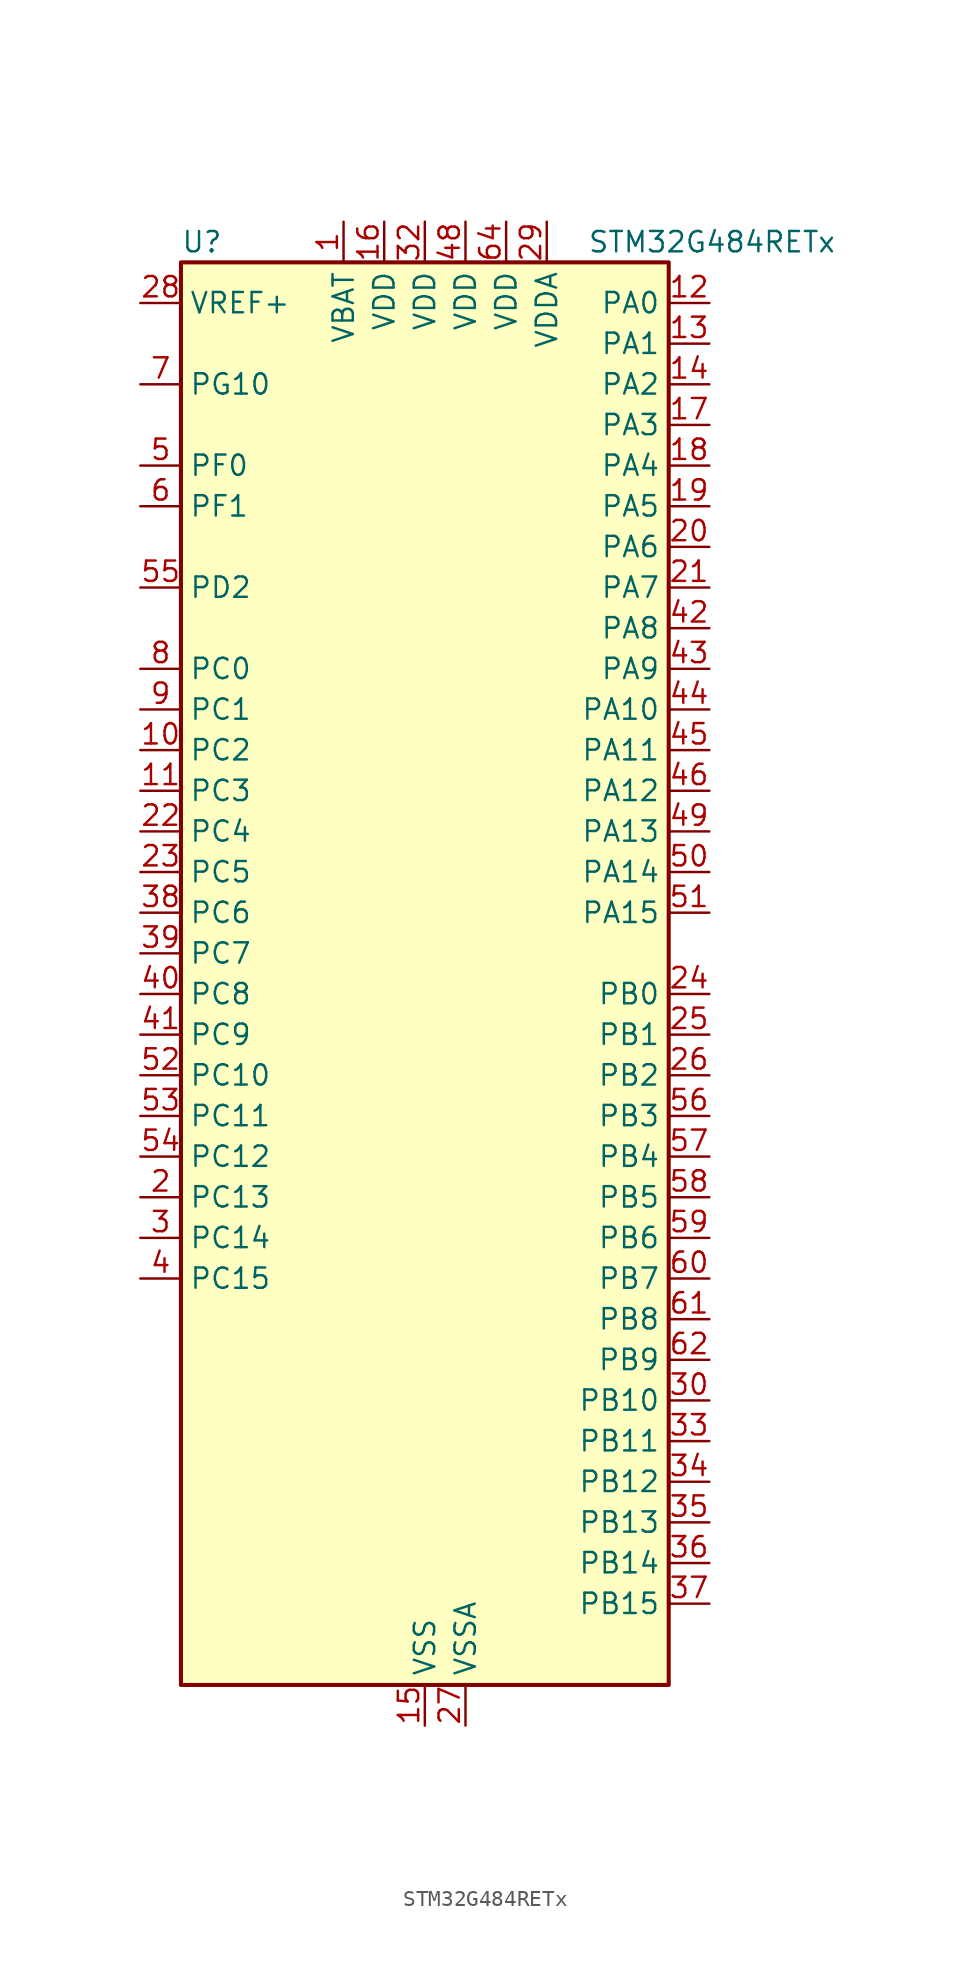
<source format=kicad_sym>
(kicad_symbol_lib
  (version 20220914)
  (generator kicad_symbol_editor)
  (symbol "STM32G484RETx"
    (property "Reference" "U"
      (at -15.24 46.99 0)
      (effects (font (size 1.27 1.27)) (justify left)))
    (property "Value" "STM32G484RETx"
      (at 10.16 46.99 0)
      (effects (font (size 1.27 1.27)) (justify left)))
    (property "ki_locked" ""
      (at 0 0 0)
      (effects (font (size 1.27 1.27))))
    (symbol "STM32G484RETx_0_1"
      (rectangle (start -15.24 -43.18) (end 15.24 45.72) (stroke (width 0.254) (type default)) (fill (type background))))
    (symbol "STM32G484RETx_1_1"
      (pin power_in line (at -5.08 48.26 270) (length 2.54) (name "VBAT" (effects (font (size 1.27 1.27)))) (number "1" (effects (font (size 1.27 1.27)))))
      (pin bidirectional line (at -17.78 15.24 0) (length 2.54) (name "PC2" (effects (font (size 1.27 1.27)))) (number "10" (effects (font (size 1.27 1.27)))) (alternate "ADC1_IN8" bidirectional line) (alternate "ADC2_IN8" bidirectional line) (alternate "ADC3_EXTI2" bidirectional line) (alternate "ADC4_EXTI2" bidirectional line) (alternate "ADC5_EXTI2" bidirectional line) (alternate "COMP3_OUT" bidirectional line) (alternate "LPTIM1_IN2" bidirectional line) (alternate "QUADSPI1_BK2_IO1" bidirectional line) (alternate "TIM1_CH3" bidirectional line) (alternate "TIM20_CH2" bidirectional line))
      (pin bidirectional line (at -17.78 12.7 0) (length 2.54) (name "PC3" (effects (font (size 1.27 1.27)))) (number "11" (effects (font (size 1.27 1.27)))) (alternate "ADC1_IN9" bidirectional line) (alternate "ADC2_IN9" bidirectional line) (alternate "ADC3_EXTI3" bidirectional line) (alternate "ADC4_EXTI3" bidirectional line) (alternate "ADC5_EXTI3" bidirectional line) (alternate "LPTIM1_ETR" bidirectional line) (alternate "OPAMP5_VINP" bidirectional line) (alternate "OPAMP5_VINP_SEC" bidirectional line) (alternate "QUADSPI1_BK2_IO2" bidirectional line) (alternate "SAI1_D1" bidirectional line) (alternate "SAI1_SD_A" bidirectional line) (alternate "TIM1_BKIN2" bidirectional line) (alternate "TIM1_CH4" bidirectional line))
      (pin bidirectional line (at 17.78 43.18 180) (length 2.54) (name "PA0" (effects (font (size 1.27 1.27)))) (number "12" (effects (font (size 1.27 1.27)))) (alternate "ADC1_IN1" bidirectional line) (alternate "ADC2_IN1" bidirectional line) (alternate "COMP1_INM" bidirectional line) (alternate "COMP1_OUT" bidirectional line) (alternate "COMP3_INP" bidirectional line) (alternate "RTC_TAMP2" bidirectional line) (alternate "SYS_WKUP1" bidirectional line) (alternate "TIM2_CH1" bidirectional line) (alternate "TIM2_ETR" bidirectional line) (alternate "TIM5_CH1" bidirectional line) (alternate "TIM8_BKIN" bidirectional line) (alternate "TIM8_ETR" bidirectional line) (alternate "USART2_CTS" bidirectional line) (alternate "USART2_NSS" bidirectional line))
      (pin bidirectional line (at 17.78 40.64 180) (length 2.54) (name "PA1" (effects (font (size 1.27 1.27)))) (number "13" (effects (font (size 1.27 1.27)))) (alternate "ADC1_IN2" bidirectional line) (alternate "ADC2_IN2" bidirectional line) (alternate "COMP1_INP" bidirectional line) (alternate "OPAMP1_VINP" bidirectional line) (alternate "OPAMP1_VINP_SEC" bidirectional line) (alternate "OPAMP3_VINP" bidirectional line) (alternate "OPAMP3_VINP_SEC" bidirectional line) (alternate "OPAMP6_VINM" bidirectional line) (alternate "OPAMP6_VINM0" bidirectional line) (alternate "OPAMP6_VINM_SEC" bidirectional line) (alternate "RTC_REFIN" bidirectional line) (alternate "TIM15_CH1N" bidirectional line) (alternate "TIM2_CH2" bidirectional line) (alternate "TIM5_CH2" bidirectional line) (alternate "USART2_DE" bidirectional line) (alternate "USART2_RTS" bidirectional line))
      (pin bidirectional line (at 17.78 38.1 180) (length 2.54) (name "PA2" (effects (font (size 1.27 1.27)))) (number "14" (effects (font (size 1.27 1.27)))) (alternate "ADC1_IN3" bidirectional line) (alternate "ADC3_EXTI2" bidirectional line) (alternate "ADC4_EXTI2" bidirectional line) (alternate "ADC5_EXTI2" bidirectional line) (alternate "COMP2_INM" bidirectional line) (alternate "COMP2_OUT" bidirectional line) (alternate "LPUART1_TX" bidirectional line) (alternate "OPAMP1_VOUT" bidirectional line) (alternate "QUADSPI1_BK1_NCS" bidirectional line) (alternate "RCC_LSCO" bidirectional line) (alternate "SYS_WKUP4" bidirectional line) (alternate "TIM15_CH1" bidirectional line) (alternate "TIM2_CH3" bidirectional line) (alternate "TIM5_CH3" bidirectional line) (alternate "UCPD1_FRSTX1" bidirectional line) (alternate "UCPD1_FRSTX2" bidirectional line) (alternate "USART2_TX" bidirectional line))
      (pin power_in line (at 0 -45.72 90) (length 2.54) (name "VSS" (effects (font (size 1.27 1.27)))) (number "15" (effects (font (size 1.27 1.27)))))
      (pin power_in line (at -2.54 48.26 270) (length 2.54) (name "VDD" (effects (font (size 1.27 1.27)))) (number "16" (effects (font (size 1.27 1.27)))))
      (pin bidirectional line (at 17.78 35.56 180) (length 2.54) (name "PA3" (effects (font (size 1.27 1.27)))) (number "17" (effects (font (size 1.27 1.27)))) (alternate "ADC1_IN4" bidirectional line) (alternate "ADC3_EXTI3" bidirectional line) (alternate "ADC4_EXTI3" bidirectional line) (alternate "ADC5_EXTI3" bidirectional line) (alternate "COMP2_INP" bidirectional line) (alternate "LPUART1_RX" bidirectional line) (alternate "OPAMP1_VINM" bidirectional line) (alternate "OPAMP1_VINM0" bidirectional line) (alternate "OPAMP1_VINM_SEC" bidirectional line) (alternate "OPAMP1_VINP" bidirectional line) (alternate "OPAMP1_VINP_SEC" bidirectional line) (alternate "OPAMP5_VINM" bidirectional line) (alternate "OPAMP5_VINM1" bidirectional line) (alternate "OPAMP5_VINM_SEC" bidirectional line) (alternate "QUADSPI1_CLK" bidirectional line) (alternate "SAI1_CK1" bidirectional line) (alternate "SAI1_MCLK_A" bidirectional line) (alternate "TIM15_CH2" bidirectional line) (alternate "TIM2_CH4" bidirectional line) (alternate "TIM5_CH4" bidirectional line) (alternate "USART2_RX" bidirectional line))
      (pin bidirectional line (at 17.78 33.02 180) (length 2.54) (name "PA4" (effects (font (size 1.27 1.27)))) (number "18" (effects (font (size 1.27 1.27)))) (alternate "ADC2_IN17" bidirectional line) (alternate "COMP1_INM" bidirectional line) (alternate "DAC1_OUT1" bidirectional line) (alternate "I2S3_WS" bidirectional line) (alternate "SAI1_FS_B" bidirectional line) (alternate "SPI1_NSS" bidirectional line) (alternate "SPI3_NSS" bidirectional line) (alternate "TIM3_CH2" bidirectional line) (alternate "USART2_CK" bidirectional line))
      (pin bidirectional line (at 17.78 30.48 180) (length 2.54) (name "PA5" (effects (font (size 1.27 1.27)))) (number "19" (effects (font (size 1.27 1.27)))) (alternate "ADC2_IN13" bidirectional line) (alternate "COMP2_INM" bidirectional line) (alternate "DAC1_OUT2" bidirectional line) (alternate "OPAMP2_VINM" bidirectional line) (alternate "OPAMP2_VINM0" bidirectional line) (alternate "OPAMP2_VINM_SEC" bidirectional line) (alternate "SPI1_SCK" bidirectional line) (alternate "TIM2_CH1" bidirectional line) (alternate "TIM2_ETR" bidirectional line) (alternate "UCPD1_FRSTX1" bidirectional line) (alternate "UCPD1_FRSTX2" bidirectional line))
      (pin bidirectional line (at -17.78 -12.7 0) (length 2.54) (name "PC13" (effects (font (size 1.27 1.27)))) (number "2" (effects (font (size 1.27 1.27)))) (alternate "RTC_OUT1" bidirectional line) (alternate "RTC_TAMP1" bidirectional line) (alternate "RTC_TS" bidirectional line) (alternate "SYS_WKUP2" bidirectional line) (alternate "TIM1_BKIN" bidirectional line) (alternate "TIM1_CH1N" bidirectional line) (alternate "TIM8_CH4N" bidirectional line))
      (pin bidirectional line (at 17.78 27.94 180) (length 2.54) (name "PA6" (effects (font (size 1.27 1.27)))) (number "20" (effects (font (size 1.27 1.27)))) (alternate "ADC2_IN3" bidirectional line) (alternate "COMP1_OUT" bidirectional line) (alternate "DAC2_OUT1" bidirectional line) (alternate "LPUART1_CTS" bidirectional line) (alternate "OPAMP2_VOUT" bidirectional line) (alternate "QUADSPI1_BK1_IO3" bidirectional line) (alternate "SPI1_MISO" bidirectional line) (alternate "TIM16_CH1" bidirectional line) (alternate "TIM1_BKIN" bidirectional line) (alternate "TIM3_CH1" bidirectional line) (alternate "TIM8_BKIN" bidirectional line))
      (pin bidirectional line (at 17.78 25.4 180) (length 2.54) (name "PA7" (effects (font (size 1.27 1.27)))) (number "21" (effects (font (size 1.27 1.27)))) (alternate "ADC2_IN4" bidirectional line) (alternate "COMP2_INP" bidirectional line) (alternate "COMP2_OUT" bidirectional line) (alternate "OPAMP1_VINP" bidirectional line) (alternate "OPAMP1_VINP_SEC" bidirectional line) (alternate "OPAMP2_VINP" bidirectional line) (alternate "OPAMP2_VINP_SEC" bidirectional line) (alternate "QUADSPI1_BK1_IO2" bidirectional line) (alternate "SPI1_MOSI" bidirectional line) (alternate "TIM17_CH1" bidirectional line) (alternate "TIM1_CH1N" bidirectional line) (alternate "TIM3_CH2" bidirectional line) (alternate "TIM8_CH1N" bidirectional line) (alternate "UCPD1_FRSTX1" bidirectional line) (alternate "UCPD1_FRSTX2" bidirectional line))
      (pin bidirectional line (at -17.78 10.16 0) (length 2.54) (name "PC4" (effects (font (size 1.27 1.27)))) (number "22" (effects (font (size 1.27 1.27)))) (alternate "ADC2_IN5" bidirectional line) (alternate "I2C2_SCL" bidirectional line) (alternate "QUADSPI1_BK2_IO3" bidirectional line) (alternate "TIM1_ETR" bidirectional line) (alternate "USART1_TX" bidirectional line))
      (pin bidirectional line (at -17.78 7.62 0) (length 2.54) (name "PC5" (effects (font (size 1.27 1.27)))) (number "23" (effects (font (size 1.27 1.27)))) (alternate "ADC2_IN11" bidirectional line) (alternate "HRTIM1_EEV10" bidirectional line) (alternate "OPAMP1_VINM" bidirectional line) (alternate "OPAMP1_VINM1" bidirectional line) (alternate "OPAMP1_VINM_SEC" bidirectional line) (alternate "OPAMP2_VINM" bidirectional line) (alternate "OPAMP2_VINM1" bidirectional line) (alternate "OPAMP2_VINM_SEC" bidirectional line) (alternate "SAI1_D3" bidirectional line) (alternate "SYS_WKUP5" bidirectional line) (alternate "TIM15_BKIN" bidirectional line) (alternate "TIM1_CH4N" bidirectional line) (alternate "USART1_RX" bidirectional line))
      (pin bidirectional line (at 17.78 0 180) (length 2.54) (name "PB0" (effects (font (size 1.27 1.27)))) (number "24" (effects (font (size 1.27 1.27)))) (alternate "ADC1_IN15" bidirectional line) (alternate "ADC3_IN12" bidirectional line) (alternate "COMP4_INP" bidirectional line) (alternate "HRTIM1_FLT5" bidirectional line) (alternate "OPAMP2_VINP" bidirectional line) (alternate "OPAMP2_VINP_SEC" bidirectional line) (alternate "OPAMP3_VINP" bidirectional line) (alternate "OPAMP3_VINP_SEC" bidirectional line) (alternate "QUADSPI1_BK1_IO1" bidirectional line) (alternate "TIM1_CH2N" bidirectional line) (alternate "TIM3_CH3" bidirectional line) (alternate "TIM8_CH2N" bidirectional line) (alternate "UCPD1_FRSTX1" bidirectional line) (alternate "UCPD1_FRSTX2" bidirectional line))
      (pin bidirectional line (at 17.78 -2.54 180) (length 2.54) (name "PB1" (effects (font (size 1.27 1.27)))) (number "25" (effects (font (size 1.27 1.27)))) (alternate "ADC1_IN12" bidirectional line) (alternate "ADC3_IN1" bidirectional line) (alternate "COMP1_INP" bidirectional line) (alternate "COMP4_OUT" bidirectional line) (alternate "HRTIM1_SCOUT" bidirectional line) (alternate "LPUART1_DE" bidirectional line) (alternate "LPUART1_RTS" bidirectional line) (alternate "OPAMP3_VOUT" bidirectional line) (alternate "OPAMP6_VINM" bidirectional line) (alternate "OPAMP6_VINM1" bidirectional line) (alternate "OPAMP6_VINM_SEC" bidirectional line) (alternate "QUADSPI1_BK1_IO0" bidirectional line) (alternate "TIM1_CH3N" bidirectional line) (alternate "TIM3_CH4" bidirectional line) (alternate "TIM8_CH3N" bidirectional line))
      (pin bidirectional line (at 17.78 -5.08 180) (length 2.54) (name "PB2" (effects (font (size 1.27 1.27)))) (number "26" (effects (font (size 1.27 1.27)))) (alternate "ADC2_IN12" bidirectional line) (alternate "ADC3_EXTI2" bidirectional line) (alternate "ADC4_EXTI2" bidirectional line) (alternate "ADC5_EXTI2" bidirectional line) (alternate "COMP4_INM" bidirectional line) (alternate "HRTIM1_SCIN" bidirectional line) (alternate "I2C3_SMBA" bidirectional line) (alternate "LPTIM1_OUT" bidirectional line) (alternate "OPAMP3_VINM" bidirectional line) (alternate "OPAMP3_VINM0" bidirectional line) (alternate "OPAMP3_VINM_SEC" bidirectional line) (alternate "QUADSPI1_BK2_IO1" bidirectional line) (alternate "RTC_OUT2" bidirectional line) (alternate "TIM20_CH1" bidirectional line) (alternate "TIM5_CH1" bidirectional line))
      (pin power_in line (at 2.54 -45.72 90) (length 2.54) (name "VSSA" (effects (font (size 1.27 1.27)))) (number "27" (effects (font (size 1.27 1.27)))))
      (pin input line (at -17.78 43.18 0) (length 2.54) (name "VREF+" (effects (font (size 1.27 1.27)))) (number "28" (effects (font (size 1.27 1.27)))) (alternate "VREFBUF_OUT" bidirectional line))
      (pin power_in line (at 7.62 48.26 270) (length 2.54) (name "VDDA" (effects (font (size 1.27 1.27)))) (number "29" (effects (font (size 1.27 1.27)))))
      (pin bidirectional line (at -17.78 -15.24 0) (length 2.54) (name "PC14" (effects (font (size 1.27 1.27)))) (number "3" (effects (font (size 1.27 1.27)))) (alternate "RCC_OSC32_IN" bidirectional line))
      (pin bidirectional line (at 17.78 -25.4 180) (length 2.54) (name "PB10" (effects (font (size 1.27 1.27)))) (number "30" (effects (font (size 1.27 1.27)))) (alternate "COMP5_INM" bidirectional line) (alternate "DAC1_EXTI10" bidirectional line) (alternate "DAC2_EXTI10" bidirectional line) (alternate "DAC3_EXTI10" bidirectional line) (alternate "DAC4_EXTI10" bidirectional line) (alternate "HRTIM1_FLT3" bidirectional line) (alternate "LPUART1_RX" bidirectional line) (alternate "OPAMP3_VINM" bidirectional line) (alternate "OPAMP3_VINM1" bidirectional line) (alternate "OPAMP3_VINM_SEC" bidirectional line) (alternate "OPAMP4_VINM" bidirectional line) (alternate "OPAMP4_VINM0" bidirectional line) (alternate "OPAMP4_VINM_SEC" bidirectional line) (alternate "QUADSPI1_CLK" bidirectional line) (alternate "SAI1_SCK_A" bidirectional line) (alternate "TIM1_BKIN" bidirectional line) (alternate "TIM2_CH3" bidirectional line) (alternate "USART3_TX" bidirectional line))
      (pin passive line (at 0 -45.72 90) (length 2.54) hide (name "VSS" (effects (font (size 1.27 1.27)))) (number "31" (effects (font (size 1.27 1.27)))))
      (pin power_in line (at 0 48.26 270) (length 2.54) (name "VDD" (effects (font (size 1.27 1.27)))) (number "32" (effects (font (size 1.27 1.27)))))
      (pin bidirectional line (at 17.78 -27.94 180) (length 2.54) (name "PB11" (effects (font (size 1.27 1.27)))) (number "33" (effects (font (size 1.27 1.27)))) (alternate "ADC1_EXTI11" bidirectional line) (alternate "ADC1_IN14" bidirectional line) (alternate "ADC2_EXTI11" bidirectional line) (alternate "ADC2_IN14" bidirectional line) (alternate "COMP6_INP" bidirectional line) (alternate "HRTIM1_FLT4" bidirectional line) (alternate "LPUART1_TX" bidirectional line) (alternate "OPAMP4_VINP" bidirectional line) (alternate "OPAMP4_VINP_SEC" bidirectional line) (alternate "OPAMP6_VOUT" bidirectional line) (alternate "QUADSPI1_BK1_NCS" bidirectional line) (alternate "TIM2_CH4" bidirectional line) (alternate "USART3_RX" bidirectional line))
      (pin bidirectional line (at 17.78 -30.48 180) (length 2.54) (name "PB12" (effects (font (size 1.27 1.27)))) (number "34" (effects (font (size 1.27 1.27)))) (alternate "ADC1_IN11" bidirectional line) (alternate "ADC4_IN3" bidirectional line) (alternate "COMP7_INM" bidirectional line) (alternate "FDCAN2_RX" bidirectional line) (alternate "HRTIM1_CHC1" bidirectional line) (alternate "I2C2_SMBA" bidirectional line) (alternate "I2S2_WS" bidirectional line) (alternate "LPUART1_DE" bidirectional line) (alternate "LPUART1_RTS" bidirectional line) (alternate "OPAMP4_VOUT" bidirectional line) (alternate "OPAMP6_VINP" bidirectional line) (alternate "OPAMP6_VINP_SEC" bidirectional line) (alternate "SPI2_NSS" bidirectional line) (alternate "TIM1_BKIN" bidirectional line) (alternate "TIM5_ETR" bidirectional line) (alternate "USART3_CK" bidirectional line))
      (pin bidirectional line (at 17.78 -33.02 180) (length 2.54) (name "PB13" (effects (font (size 1.27 1.27)))) (number "35" (effects (font (size 1.27 1.27)))) (alternate "ADC3_IN5" bidirectional line) (alternate "COMP5_INP" bidirectional line) (alternate "FDCAN2_TX" bidirectional line) (alternate "HRTIM1_CHC2" bidirectional line) (alternate "I2S2_CK" bidirectional line) (alternate "LPUART1_CTS" bidirectional line) (alternate "OPAMP3_VINP" bidirectional line) (alternate "OPAMP3_VINP_SEC" bidirectional line) (alternate "OPAMP4_VINP" bidirectional line) (alternate "OPAMP4_VINP_SEC" bidirectional line) (alternate "OPAMP6_VINP" bidirectional line) (alternate "OPAMP6_VINP_SEC" bidirectional line) (alternate "SPI2_SCK" bidirectional line) (alternate "TIM1_CH1N" bidirectional line) (alternate "USART3_CTS" bidirectional line) (alternate "USART3_NSS" bidirectional line))
      (pin bidirectional line (at 17.78 -35.56 180) (length 2.54) (name "PB14" (effects (font (size 1.27 1.27)))) (number "36" (effects (font (size 1.27 1.27)))) (alternate "ADC1_IN5" bidirectional line) (alternate "ADC4_IN4" bidirectional line) (alternate "COMP4_OUT" bidirectional line) (alternate "COMP7_INP" bidirectional line) (alternate "HRTIM1_CHD1" bidirectional line) (alternate "OPAMP2_VINP" bidirectional line) (alternate "OPAMP2_VINP_SEC" bidirectional line) (alternate "OPAMP5_VINP" bidirectional line) (alternate "OPAMP5_VINP_SEC" bidirectional line) (alternate "SPI2_MISO" bidirectional line) (alternate "TIM15_CH1" bidirectional line) (alternate "TIM1_CH2N" bidirectional line) (alternate "USART3_DE" bidirectional line) (alternate "USART3_RTS" bidirectional line))
      (pin bidirectional line (at 17.78 -38.1 180) (length 2.54) (name "PB15" (effects (font (size 1.27 1.27)))) (number "37" (effects (font (size 1.27 1.27)))) (alternate "ADC1_EXTI15" bidirectional line) (alternate "ADC2_EXTI15" bidirectional line) (alternate "ADC2_IN15" bidirectional line) (alternate "ADC4_IN5" bidirectional line) (alternate "COMP3_OUT" bidirectional line) (alternate "COMP6_INM" bidirectional line) (alternate "HRTIM1_CHD2" bidirectional line) (alternate "I2S2_SD" bidirectional line) (alternate "OPAMP5_VINM" bidirectional line) (alternate "OPAMP5_VINM0" bidirectional line) (alternate "OPAMP5_VINM_SEC" bidirectional line) (alternate "RTC_REFIN" bidirectional line) (alternate "SPI2_MOSI" bidirectional line) (alternate "TIM15_CH1N" bidirectional line) (alternate "TIM15_CH2" bidirectional line) (alternate "TIM1_CH3N" bidirectional line))
      (pin bidirectional line (at -17.78 5.08 0) (length 2.54) (name "PC6" (effects (font (size 1.27 1.27)))) (number "38" (effects (font (size 1.27 1.27)))) (alternate "COMP6_OUT" bidirectional line) (alternate "HRTIM1_CHF1" bidirectional line) (alternate "HRTIM1_EEV10" bidirectional line) (alternate "I2C4_SCL" bidirectional line) (alternate "I2S2_MCK" bidirectional line) (alternate "TIM3_CH1" bidirectional line) (alternate "TIM8_CH1" bidirectional line))
      (pin bidirectional line (at -17.78 2.54 0) (length 2.54) (name "PC7" (effects (font (size 1.27 1.27)))) (number "39" (effects (font (size 1.27 1.27)))) (alternate "COMP5_OUT" bidirectional line) (alternate "HRTIM1_CHF2" bidirectional line) (alternate "HRTIM1_FLT5" bidirectional line) (alternate "I2C4_SDA" bidirectional line) (alternate "I2S3_MCK" bidirectional line) (alternate "TIM3_CH2" bidirectional line) (alternate "TIM8_CH2" bidirectional line))
      (pin bidirectional line (at -17.78 -17.78 0) (length 2.54) (name "PC15" (effects (font (size 1.27 1.27)))) (number "4" (effects (font (size 1.27 1.27)))) (alternate "ADC1_EXTI15" bidirectional line) (alternate "ADC2_EXTI15" bidirectional line) (alternate "RCC_OSC32_OUT" bidirectional line))
      (pin bidirectional line (at -17.78 0 0) (length 2.54) (name "PC8" (effects (font (size 1.27 1.27)))) (number "40" (effects (font (size 1.27 1.27)))) (alternate "COMP7_OUT" bidirectional line) (alternate "HRTIM1_CHE1" bidirectional line) (alternate "I2C3_SCL" bidirectional line) (alternate "TIM20_CH3" bidirectional line) (alternate "TIM3_CH3" bidirectional line) (alternate "TIM8_CH3" bidirectional line))
      (pin bidirectional line (at -17.78 -2.54 0) (length 2.54) (name "PC9" (effects (font (size 1.27 1.27)))) (number "41" (effects (font (size 1.27 1.27)))) (alternate "DAC1_EXTI9" bidirectional line) (alternate "DAC2_EXTI9" bidirectional line) (alternate "DAC3_EXTI9" bidirectional line) (alternate "DAC4_EXTI9" bidirectional line) (alternate "HRTIM1_CHE2" bidirectional line) (alternate "I2C3_SDA" bidirectional line) (alternate "I2S_CKIN" bidirectional line) (alternate "TIM3_CH4" bidirectional line) (alternate "TIM8_BKIN2" bidirectional line) (alternate "TIM8_CH4" bidirectional line))
      (pin bidirectional line (at 17.78 22.86 180) (length 2.54) (name "PA8" (effects (font (size 1.27 1.27)))) (number "42" (effects (font (size 1.27 1.27)))) (alternate "ADC5_IN1" bidirectional line) (alternate "COMP7_OUT" bidirectional line) (alternate "FDCAN3_RX" bidirectional line) (alternate "HRTIM1_CHA1" bidirectional line) (alternate "I2C2_SDA" bidirectional line) (alternate "I2C3_SCL" bidirectional line) (alternate "I2S2_MCK" bidirectional line) (alternate "OPAMP5_VOUT" bidirectional line) (alternate "RCC_MCO" bidirectional line) (alternate "SAI1_CK2" bidirectional line) (alternate "SAI1_SCK_A" bidirectional line) (alternate "TIM1_CH1" bidirectional line) (alternate "TIM4_ETR" bidirectional line) (alternate "USART1_CK" bidirectional line))
      (pin bidirectional line (at 17.78 20.32 180) (length 2.54) (name "PA9" (effects (font (size 1.27 1.27)))) (number "43" (effects (font (size 1.27 1.27)))) (alternate "ADC5_IN2" bidirectional line) (alternate "COMP5_OUT" bidirectional line) (alternate "DAC1_EXTI9" bidirectional line) (alternate "DAC2_EXTI9" bidirectional line) (alternate "DAC3_EXTI9" bidirectional line) (alternate "DAC4_EXTI9" bidirectional line) (alternate "HRTIM1_CHA2" bidirectional line) (alternate "I2C2_SCL" bidirectional line) (alternate "I2C3_SMBA" bidirectional line) (alternate "I2S3_MCK" bidirectional line) (alternate "SAI1_FS_A" bidirectional line) (alternate "TIM15_BKIN" bidirectional line) (alternate "TIM1_CH2" bidirectional line) (alternate "TIM2_CH3" bidirectional line) (alternate "UCPD1_DBCC1" bidirectional line) (alternate "USART1_TX" bidirectional line))
      (pin bidirectional line (at 17.78 17.78 180) (length 2.54) (name "PA10" (effects (font (size 1.27 1.27)))) (number "44" (effects (font (size 1.27 1.27)))) (alternate "COMP6_OUT" bidirectional line) (alternate "CRS_SYNC" bidirectional line) (alternate "DAC1_EXTI10" bidirectional line) (alternate "DAC2_EXTI10" bidirectional line) (alternate "DAC3_EXTI10" bidirectional line) (alternate "DAC4_EXTI10" bidirectional line) (alternate "HRTIM1_CHB1" bidirectional line) (alternate "I2C2_SMBA" bidirectional line) (alternate "SAI1_D1" bidirectional line) (alternate "SAI1_SD_A" bidirectional line) (alternate "SPI2_MISO" bidirectional line) (alternate "TIM17_BKIN" bidirectional line) (alternate "TIM1_CH3" bidirectional line) (alternate "TIM2_CH4" bidirectional line) (alternate "TIM8_BKIN" bidirectional line) (alternate "UCPD1_DBCC2" bidirectional line) (alternate "USART1_RX" bidirectional line))
      (pin bidirectional line (at 17.78 15.24 180) (length 2.54) (name "PA11" (effects (font (size 1.27 1.27)))) (number "45" (effects (font (size 1.27 1.27)))) (alternate "ADC1_EXTI11" bidirectional line) (alternate "ADC2_EXTI11" bidirectional line) (alternate "COMP1_OUT" bidirectional line) (alternate "FDCAN1_RX" bidirectional line) (alternate "HRTIM1_CHB2" bidirectional line) (alternate "I2S2_SD" bidirectional line) (alternate "SPI2_MOSI" bidirectional line) (alternate "TIM1_BKIN2" bidirectional line) (alternate "TIM1_CH1N" bidirectional line) (alternate "TIM1_CH4" bidirectional line) (alternate "TIM4_CH1" bidirectional line) (alternate "USART1_CTS" bidirectional line) (alternate "USART1_NSS" bidirectional line) (alternate "USB_DM" bidirectional line))
      (pin bidirectional line (at 17.78 12.7 180) (length 2.54) (name "PA12" (effects (font (size 1.27 1.27)))) (number "46" (effects (font (size 1.27 1.27)))) (alternate "COMP2_OUT" bidirectional line) (alternate "FDCAN1_TX" bidirectional line) (alternate "HRTIM1_FLT1" bidirectional line) (alternate "I2S_CKIN" bidirectional line) (alternate "TIM16_CH1" bidirectional line) (alternate "TIM1_CH2N" bidirectional line) (alternate "TIM1_ETR" bidirectional line) (alternate "TIM4_CH2" bidirectional line) (alternate "USART1_DE" bidirectional line) (alternate "USART1_RTS" bidirectional line) (alternate "USB_DP" bidirectional line))
      (pin passive line (at 0 -45.72 90) (length 2.54) hide (name "VSS" (effects (font (size 1.27 1.27)))) (number "47" (effects (font (size 1.27 1.27)))))
      (pin power_in line (at 2.54 48.26 270) (length 2.54) (name "VDD" (effects (font (size 1.27 1.27)))) (number "48" (effects (font (size 1.27 1.27)))))
      (pin bidirectional line (at 17.78 10.16 180) (length 2.54) (name "PA13" (effects (font (size 1.27 1.27)))) (number "49" (effects (font (size 1.27 1.27)))) (alternate "I2C1_SCL" bidirectional line) (alternate "I2C4_SCL" bidirectional line) (alternate "IR_OUT" bidirectional line) (alternate "SAI1_SD_B" bidirectional line) (alternate "SYS_JTMS-SWDIO" bidirectional line) (alternate "TIM16_CH1N" bidirectional line) (alternate "TIM4_CH3" bidirectional line) (alternate "USART3_CTS" bidirectional line) (alternate "USART3_NSS" bidirectional line))
      (pin bidirectional line (at -17.78 33.02 0) (length 2.54) (name "PF0" (effects (font (size 1.27 1.27)))) (number "5" (effects (font (size 1.27 1.27)))) (alternate "ADC1_IN10" bidirectional line) (alternate "I2C2_SDA" bidirectional line) (alternate "I2S2_WS" bidirectional line) (alternate "RCC_OSC_IN" bidirectional line) (alternate "SPI2_NSS" bidirectional line) (alternate "TIM1_CH3N" bidirectional line))
      (pin bidirectional line (at 17.78 7.62 180) (length 2.54) (name "PA14" (effects (font (size 1.27 1.27)))) (number "50" (effects (font (size 1.27 1.27)))) (alternate "I2C1_SDA" bidirectional line) (alternate "I2C4_SMBA" bidirectional line) (alternate "LPTIM1_OUT" bidirectional line) (alternate "SAI1_FS_B" bidirectional line) (alternate "SYS_JTCK-SWCLK" bidirectional line) (alternate "TIM1_BKIN" bidirectional line) (alternate "TIM8_CH2" bidirectional line) (alternate "USART2_TX" bidirectional line))
      (pin bidirectional line (at 17.78 5.08 180) (length 2.54) (name "PA15" (effects (font (size 1.27 1.27)))) (number "51" (effects (font (size 1.27 1.27)))) (alternate "ADC1_EXTI15" bidirectional line) (alternate "ADC2_EXTI15" bidirectional line) (alternate "FDCAN3_TX" bidirectional line) (alternate "HRTIM1_FLT2" bidirectional line) (alternate "I2C1_SCL" bidirectional line) (alternate "I2S3_WS" bidirectional line) (alternate "SPI1_NSS" bidirectional line) (alternate "SPI3_NSS" bidirectional line) (alternate "SYS_JTDI" bidirectional line) (alternate "TIM1_BKIN" bidirectional line) (alternate "TIM2_CH1" bidirectional line) (alternate "TIM2_ETR" bidirectional line) (alternate "TIM8_CH1" bidirectional line) (alternate "UART4_DE" bidirectional line) (alternate "UART4_RTS" bidirectional line) (alternate "USART2_RX" bidirectional line))
      (pin bidirectional line (at -17.78 -5.08 0) (length 2.54) (name "PC10" (effects (font (size 1.27 1.27)))) (number "52" (effects (font (size 1.27 1.27)))) (alternate "DAC1_EXTI10" bidirectional line) (alternate "DAC2_EXTI10" bidirectional line) (alternate "DAC3_EXTI10" bidirectional line) (alternate "DAC4_EXTI10" bidirectional line) (alternate "HRTIM1_FLT6" bidirectional line) (alternate "I2S3_CK" bidirectional line) (alternate "SPI3_SCK" bidirectional line) (alternate "TIM8_CH1N" bidirectional line) (alternate "UART4_TX" bidirectional line) (alternate "USART3_TX" bidirectional line))
      (pin bidirectional line (at -17.78 -7.62 0) (length 2.54) (name "PC11" (effects (font (size 1.27 1.27)))) (number "53" (effects (font (size 1.27 1.27)))) (alternate "ADC1_EXTI11" bidirectional line) (alternate "ADC2_EXTI11" bidirectional line) (alternate "HRTIM1_EEV2" bidirectional line) (alternate "I2C3_SDA" bidirectional line) (alternate "SPI3_MISO" bidirectional line) (alternate "TIM8_CH2N" bidirectional line) (alternate "UART4_RX" bidirectional line) (alternate "USART3_RX" bidirectional line))
      (pin bidirectional line (at -17.78 -10.16 0) (length 2.54) (name "PC12" (effects (font (size 1.27 1.27)))) (number "54" (effects (font (size 1.27 1.27)))) (alternate "HRTIM1_EEV1" bidirectional line) (alternate "I2S3_SD" bidirectional line) (alternate "SPI3_MOSI" bidirectional line) (alternate "TIM5_CH2" bidirectional line) (alternate "TIM8_CH3N" bidirectional line) (alternate "UART5_TX" bidirectional line) (alternate "UCPD1_FRSTX1" bidirectional line) (alternate "UCPD1_FRSTX2" bidirectional line) (alternate "USART3_CK" bidirectional line))
      (pin bidirectional line (at -17.78 25.4 0) (length 2.54) (name "PD2" (effects (font (size 1.27 1.27)))) (number "55" (effects (font (size 1.27 1.27)))) (alternate "ADC3_EXTI2" bidirectional line) (alternate "ADC4_EXTI2" bidirectional line) (alternate "ADC5_EXTI2" bidirectional line) (alternate "TIM3_ETR" bidirectional line) (alternate "TIM8_BKIN" bidirectional line) (alternate "UART5_RX" bidirectional line))
      (pin bidirectional line (at 17.78 -7.62 180) (length 2.54) (name "PB3" (effects (font (size 1.27 1.27)))) (number "56" (effects (font (size 1.27 1.27)))) (alternate "ADC3_EXTI3" bidirectional line) (alternate "ADC4_EXTI3" bidirectional line) (alternate "ADC5_EXTI3" bidirectional line) (alternate "CRS_SYNC" bidirectional line) (alternate "FDCAN3_RX" bidirectional line) (alternate "HRTIM1_EEV9" bidirectional line) (alternate "HRTIM1_SCOUT" bidirectional line) (alternate "I2S3_CK" bidirectional line) (alternate "SAI1_SCK_B" bidirectional line) (alternate "SPI1_SCK" bidirectional line) (alternate "SPI3_SCK" bidirectional line) (alternate "SYS_JTDO-SWO" bidirectional line) (alternate "TIM2_CH2" bidirectional line) (alternate "TIM3_ETR" bidirectional line) (alternate "TIM4_ETR" bidirectional line) (alternate "TIM8_CH1N" bidirectional line) (alternate "USART2_TX" bidirectional line))
      (pin bidirectional line (at 17.78 -10.16 180) (length 2.54) (name "PB4" (effects (font (size 1.27 1.27)))) (number "57" (effects (font (size 1.27 1.27)))) (alternate "FDCAN3_TX" bidirectional line) (alternate "HRTIM1_EEV7" bidirectional line) (alternate "SAI1_MCLK_B" bidirectional line) (alternate "SPI1_MISO" bidirectional line) (alternate "SPI3_MISO" bidirectional line) (alternate "SYS_JTRST" bidirectional line) (alternate "TIM16_CH1" bidirectional line) (alternate "TIM17_BKIN" bidirectional line) (alternate "TIM3_CH1" bidirectional line) (alternate "TIM8_CH2N" bidirectional line) (alternate "UART5_DE" bidirectional line) (alternate "UART5_RTS" bidirectional line) (alternate "UCPD1_CC2" bidirectional line) (alternate "USART2_RX" bidirectional line))
      (pin bidirectional line (at 17.78 -12.7 180) (length 2.54) (name "PB5" (effects (font (size 1.27 1.27)))) (number "58" (effects (font (size 1.27 1.27)))) (alternate "FDCAN2_RX" bidirectional line) (alternate "HRTIM1_EEV6" bidirectional line) (alternate "I2C1_SMBA" bidirectional line) (alternate "I2C3_SDA" bidirectional line) (alternate "I2S3_SD" bidirectional line) (alternate "LPTIM1_IN1" bidirectional line) (alternate "SAI1_SD_B" bidirectional line) (alternate "SPI1_MOSI" bidirectional line) (alternate "SPI3_MOSI" bidirectional line) (alternate "TIM16_BKIN" bidirectional line) (alternate "TIM17_CH1" bidirectional line) (alternate "TIM3_CH2" bidirectional line) (alternate "TIM8_CH3N" bidirectional line) (alternate "UART5_CTS" bidirectional line) (alternate "USART2_CK" bidirectional line))
      (pin bidirectional line (at 17.78 -15.24 180) (length 2.54) (name "PB6" (effects (font (size 1.27 1.27)))) (number "59" (effects (font (size 1.27 1.27)))) (alternate "COMP4_OUT" bidirectional line) (alternate "FDCAN2_TX" bidirectional line) (alternate "HRTIM1_EEV4" bidirectional line) (alternate "HRTIM1_SCIN" bidirectional line) (alternate "LPTIM1_ETR" bidirectional line) (alternate "SAI1_FS_B" bidirectional line) (alternate "TIM16_CH1N" bidirectional line) (alternate "TIM4_CH1" bidirectional line) (alternate "TIM8_BKIN2" bidirectional line) (alternate "TIM8_CH1" bidirectional line) (alternate "TIM8_ETR" bidirectional line) (alternate "UCPD1_CC1" bidirectional line) (alternate "USART1_TX" bidirectional line))
      (pin bidirectional line (at -17.78 30.48 0) (length 2.54) (name "PF1" (effects (font (size 1.27 1.27)))) (number "6" (effects (font (size 1.27 1.27)))) (alternate "ADC2_IN10" bidirectional line) (alternate "COMP3_INM" bidirectional line) (alternate "I2S2_CK" bidirectional line) (alternate "RCC_OSC_OUT" bidirectional line) (alternate "SPI2_SCK" bidirectional line))
      (pin bidirectional line (at 17.78 -17.78 180) (length 2.54) (name "PB7" (effects (font (size 1.27 1.27)))) (number "60" (effects (font (size 1.27 1.27)))) (alternate "COMP3_OUT" bidirectional line) (alternate "HRTIM1_EEV3" bidirectional line) (alternate "I2C1_SDA" bidirectional line) (alternate "I2C4_SDA" bidirectional line) (alternate "LPTIM1_IN2" bidirectional line) (alternate "SYS_PVD_IN" bidirectional line) (alternate "TIM17_CH1N" bidirectional line) (alternate "TIM3_CH4" bidirectional line) (alternate "TIM4_CH2" bidirectional line) (alternate "TIM8_BKIN" bidirectional line) (alternate "UART4_CTS" bidirectional line) (alternate "USART1_RX" bidirectional line))
      (pin bidirectional line (at 17.78 -20.32 180) (length 2.54) (name "PB8" (effects (font (size 1.27 1.27)))) (number "61" (effects (font (size 1.27 1.27)))) (alternate "COMP1_OUT" bidirectional line) (alternate "FDCAN1_RX" bidirectional line) (alternate "HRTIM1_EEV8" bidirectional line) (alternate "I2C1_SCL" bidirectional line) (alternate "SAI1_CK1" bidirectional line) (alternate "SAI1_MCLK_A" bidirectional line) (alternate "TIM16_CH1" bidirectional line) (alternate "TIM1_BKIN" bidirectional line) (alternate "TIM4_CH3" bidirectional line) (alternate "TIM8_CH2" bidirectional line) (alternate "USART3_RX" bidirectional line))
      (pin bidirectional line (at 17.78 -22.86 180) (length 2.54) (name "PB9" (effects (font (size 1.27 1.27)))) (number "62" (effects (font (size 1.27 1.27)))) (alternate "COMP2_OUT" bidirectional line) (alternate "DAC1_EXTI9" bidirectional line) (alternate "DAC2_EXTI9" bidirectional line) (alternate "DAC3_EXTI9" bidirectional line) (alternate "DAC4_EXTI9" bidirectional line) (alternate "FDCAN1_TX" bidirectional line) (alternate "HRTIM1_EEV5" bidirectional line) (alternate "I2C1_SDA" bidirectional line) (alternate "IR_OUT" bidirectional line) (alternate "SAI1_D2" bidirectional line) (alternate "SAI1_FS_A" bidirectional line) (alternate "TIM17_CH1" bidirectional line) (alternate "TIM1_CH3N" bidirectional line) (alternate "TIM4_CH4" bidirectional line) (alternate "TIM8_CH3" bidirectional line) (alternate "USART3_TX" bidirectional line))
      (pin passive line (at 0 -45.72 90) (length 2.54) hide (name "VSS" (effects (font (size 1.27 1.27)))) (number "63" (effects (font (size 1.27 1.27)))))
      (pin power_in line (at 5.08 48.26 270) (length 2.54) (name "VDD" (effects (font (size 1.27 1.27)))) (number "64" (effects (font (size 1.27 1.27)))))
      (pin bidirectional line (at -17.78 38.1 0) (length 2.54) (name "PG10" (effects (font (size 1.27 1.27)))) (number "7" (effects (font (size 1.27 1.27)))) (alternate "DAC1_EXTI10" bidirectional line) (alternate "DAC2_EXTI10" bidirectional line) (alternate "DAC3_EXTI10" bidirectional line) (alternate "DAC4_EXTI10" bidirectional line) (alternate "RCC_MCO" bidirectional line))
      (pin bidirectional line (at -17.78 20.32 0) (length 2.54) (name "PC0" (effects (font (size 1.27 1.27)))) (number "8" (effects (font (size 1.27 1.27)))) (alternate "ADC1_IN6" bidirectional line) (alternate "ADC2_IN6" bidirectional line) (alternate "COMP3_INM" bidirectional line) (alternate "LPTIM1_IN1" bidirectional line) (alternate "LPUART1_RX" bidirectional line) (alternate "TIM1_CH1" bidirectional line))
      (pin bidirectional line (at -17.78 17.78 0) (length 2.54) (name "PC1" (effects (font (size 1.27 1.27)))) (number "9" (effects (font (size 1.27 1.27)))) (alternate "ADC1_IN7" bidirectional line) (alternate "ADC2_IN7" bidirectional line) (alternate "COMP3_INP" bidirectional line) (alternate "LPTIM1_OUT" bidirectional line) (alternate "LPUART1_TX" bidirectional line) (alternate "QUADSPI1_BK2_IO0" bidirectional line) (alternate "SAI1_SD_A" bidirectional line) (alternate "TIM1_CH2" bidirectional line)))))
</source>
